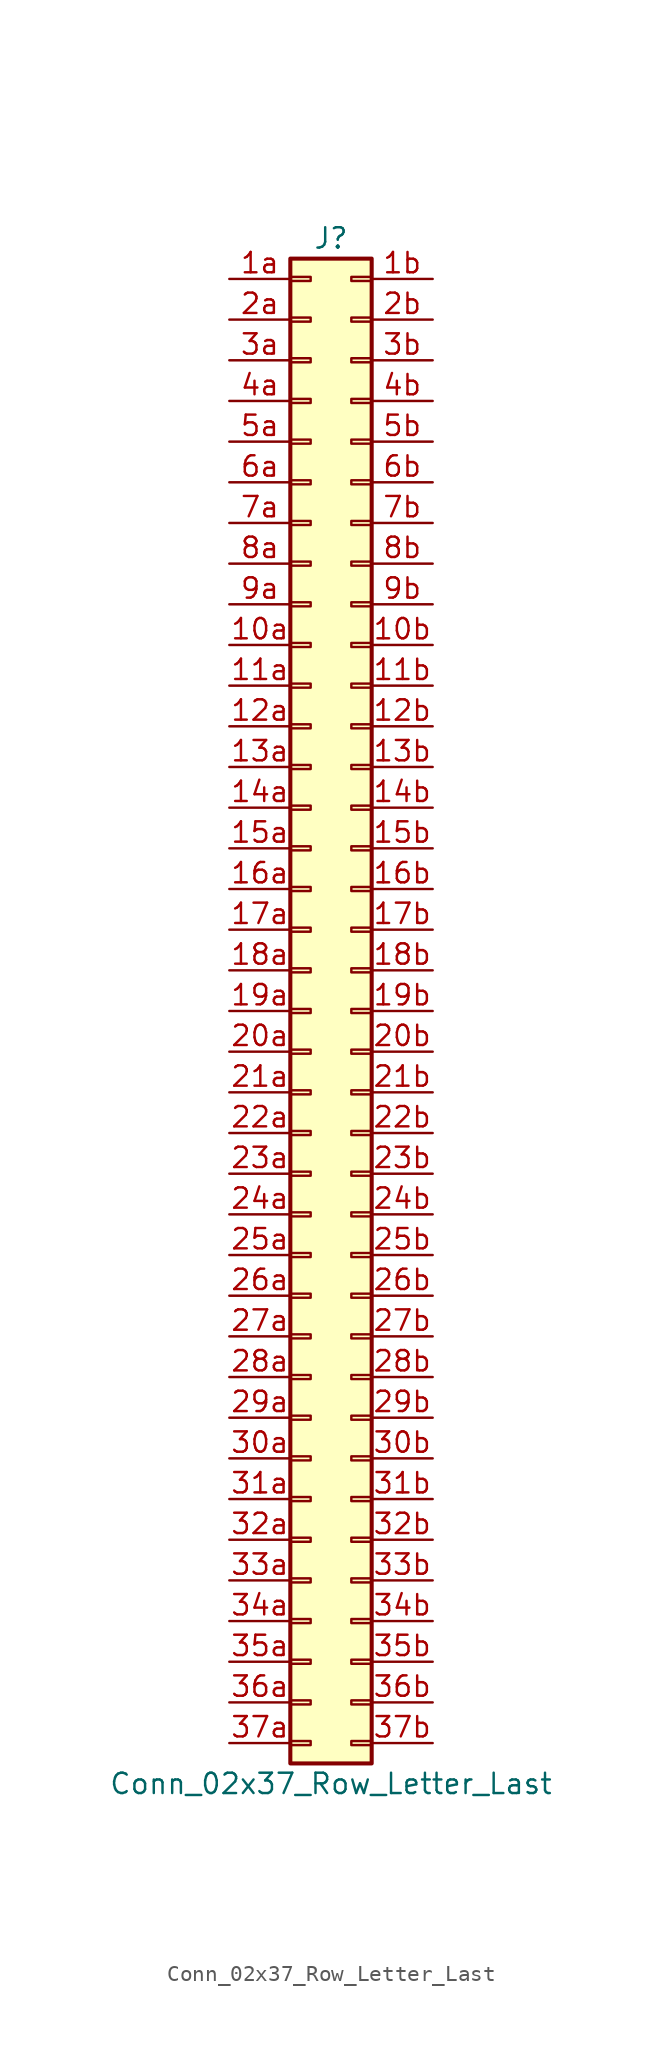
<source format=kicad_sym>
(kicad_symbol_lib
  (version 20211014)
  (generator kicad_symbol_editor)
  (symbol "Conn_02x37_Row_Letter_Last"
    (pin_names
      (offset 1.016) hide)
    (property "Reference" "J"
      (at 1.27 48.26 0)
      (effects (font (size 1.27 1.27))))
    (property "Value" "Conn_02x37_Row_Letter_Last"
      (at 1.27 -48.26 0)
      (effects (font (size 1.27 1.27))))
    (symbol "Conn_02x37_Row_Letter_Last_1_1"
      (rectangle (start -1.27 -45.593) (end 0 -45.847) (stroke (width 0.152) (type default) (color 0 0 0 0)) (fill (type none)))
      (rectangle (start -1.27 -43.053) (end 0 -43.307) (stroke (width 0.152) (type default) (color 0 0 0 0)) (fill (type none)))
      (rectangle (start -1.27 -40.513) (end 0 -40.767) (stroke (width 0.152) (type default) (color 0 0 0 0)) (fill (type none)))
      (rectangle (start -1.27 -37.973) (end 0 -38.227) (stroke (width 0.152) (type default) (color 0 0 0 0)) (fill (type none)))
      (rectangle (start -1.27 -35.433) (end 0 -35.687) (stroke (width 0.152) (type default) (color 0 0 0 0)) (fill (type none)))
      (rectangle (start -1.27 -32.893) (end 0 -33.147) (stroke (width 0.152) (type default) (color 0 0 0 0)) (fill (type none)))
      (rectangle (start -1.27 -30.353) (end 0 -30.607) (stroke (width 0.152) (type default) (color 0 0 0 0)) (fill (type none)))
      (rectangle (start -1.27 -27.813) (end 0 -28.067) (stroke (width 0.152) (type default) (color 0 0 0 0)) (fill (type none)))
      (rectangle (start -1.27 -25.273) (end 0 -25.527) (stroke (width 0.152) (type default) (color 0 0 0 0)) (fill (type none)))
      (rectangle (start -1.27 -22.733) (end 0 -22.987) (stroke (width 0.152) (type default) (color 0 0 0 0)) (fill (type none)))
      (rectangle (start -1.27 -20.193) (end 0 -20.447) (stroke (width 0.152) (type default) (color 0 0 0 0)) (fill (type none)))
      (rectangle (start -1.27 -17.653) (end 0 -17.907) (stroke (width 0.152) (type default) (color 0 0 0 0)) (fill (type none)))
      (rectangle (start -1.27 -15.113) (end 0 -15.367) (stroke (width 0.152) (type default) (color 0 0 0 0)) (fill (type none)))
      (rectangle (start -1.27 -12.573) (end 0 -12.827) (stroke (width 0.152) (type default) (color 0 0 0 0)) (fill (type none)))
      (rectangle (start -1.27 -10.033) (end 0 -10.287) (stroke (width 0.152) (type default) (color 0 0 0 0)) (fill (type none)))
      (rectangle (start -1.27 -7.493) (end 0 -7.747) (stroke (width 0.152) (type default) (color 0 0 0 0)) (fill (type none)))
      (rectangle (start -1.27 -4.953) (end 0 -5.207) (stroke (width 0.152) (type default) (color 0 0 0 0)) (fill (type none)))
      (rectangle (start -1.27 -2.413) (end 0 -2.667) (stroke (width 0.152) (type default) (color 0 0 0 0)) (fill (type none)))
      (rectangle (start -1.27 0.127) (end 0 -0.127) (stroke (width 0.152) (type default) (color 0 0 0 0)) (fill (type none)))
      (rectangle (start -1.27 2.667) (end 0 2.413) (stroke (width 0.152) (type default) (color 0 0 0 0)) (fill (type none)))
      (rectangle (start -1.27 5.207) (end 0 4.953) (stroke (width 0.152) (type default) (color 0 0 0 0)) (fill (type none)))
      (rectangle (start -1.27 7.747) (end 0 7.493) (stroke (width 0.152) (type default) (color 0 0 0 0)) (fill (type none)))
      (rectangle (start -1.27 10.287) (end 0 10.033) (stroke (width 0.152) (type default) (color 0 0 0 0)) (fill (type none)))
      (rectangle (start -1.27 12.827) (end 0 12.573) (stroke (width 0.152) (type default) (color 0 0 0 0)) (fill (type none)))
      (rectangle (start -1.27 15.367) (end 0 15.113) (stroke (width 0.152) (type default) (color 0 0 0 0)) (fill (type none)))
      (rectangle (start -1.27 17.907) (end 0 17.653) (stroke (width 0.152) (type default) (color 0 0 0 0)) (fill (type none)))
      (rectangle (start -1.27 20.447) (end 0 20.193) (stroke (width 0.152) (type default) (color 0 0 0 0)) (fill (type none)))
      (rectangle (start -1.27 22.987) (end 0 22.733) (stroke (width 0.152) (type default) (color 0 0 0 0)) (fill (type none)))
      (rectangle (start -1.27 25.527) (end 0 25.273) (stroke (width 0.152) (type default) (color 0 0 0 0)) (fill (type none)))
      (rectangle (start -1.27 28.067) (end 0 27.813) (stroke (width 0.152) (type default) (color 0 0 0 0)) (fill (type none)))
      (rectangle (start -1.27 30.607) (end 0 30.353) (stroke (width 0.152) (type default) (color 0 0 0 0)) (fill (type none)))
      (rectangle (start -1.27 33.147) (end 0 32.893) (stroke (width 0.152) (type default) (color 0 0 0 0)) (fill (type none)))
      (rectangle (start -1.27 35.687) (end 0 35.433) (stroke (width 0.152) (type default) (color 0 0 0 0)) (fill (type none)))
      (rectangle (start -1.27 38.227) (end 0 37.973) (stroke (width 0.152) (type default) (color 0 0 0 0)) (fill (type none)))
      (rectangle (start -1.27 40.767) (end 0 40.513) (stroke (width 0.152) (type default) (color 0 0 0 0)) (fill (type none)))
      (rectangle (start -1.27 43.307) (end 0 43.053) (stroke (width 0.152) (type default) (color 0 0 0 0)) (fill (type none)))
      (rectangle (start -1.27 45.847) (end 0 45.593) (stroke (width 0.152) (type default) (color 0 0 0 0)) (fill (type none)))
      (rectangle (start -1.27 46.99) (end 3.81 -46.99) (stroke (width 0.254) (type default) (color 0 0 0 0)) (fill (type background)))
      (rectangle (start 3.81 -45.593) (end 2.54 -45.847) (stroke (width 0.152) (type default) (color 0 0 0 0)) (fill (type none)))
      (rectangle (start 3.81 -43.053) (end 2.54 -43.307) (stroke (width 0.152) (type default) (color 0 0 0 0)) (fill (type none)))
      (rectangle (start 3.81 -40.513) (end 2.54 -40.767) (stroke (width 0.152) (type default) (color 0 0 0 0)) (fill (type none)))
      (rectangle (start 3.81 -37.973) (end 2.54 -38.227) (stroke (width 0.152) (type default) (color 0 0 0 0)) (fill (type none)))
      (rectangle (start 3.81 -35.433) (end 2.54 -35.687) (stroke (width 0.152) (type default) (color 0 0 0 0)) (fill (type none)))
      (rectangle (start 3.81 -32.893) (end 2.54 -33.147) (stroke (width 0.152) (type default) (color 0 0 0 0)) (fill (type none)))
      (rectangle (start 3.81 -30.353) (end 2.54 -30.607) (stroke (width 0.152) (type default) (color 0 0 0 0)) (fill (type none)))
      (rectangle (start 3.81 -27.813) (end 2.54 -28.067) (stroke (width 0.152) (type default) (color 0 0 0 0)) (fill (type none)))
      (rectangle (start 3.81 -25.273) (end 2.54 -25.527) (stroke (width 0.152) (type default) (color 0 0 0 0)) (fill (type none)))
      (rectangle (start 3.81 -22.733) (end 2.54 -22.987) (stroke (width 0.152) (type default) (color 0 0 0 0)) (fill (type none)))
      (rectangle (start 3.81 -20.193) (end 2.54 -20.447) (stroke (width 0.152) (type default) (color 0 0 0 0)) (fill (type none)))
      (rectangle (start 3.81 -17.653) (end 2.54 -17.907) (stroke (width 0.152) (type default) (color 0 0 0 0)) (fill (type none)))
      (rectangle (start 3.81 -15.113) (end 2.54 -15.367) (stroke (width 0.152) (type default) (color 0 0 0 0)) (fill (type none)))
      (rectangle (start 3.81 -12.573) (end 2.54 -12.827) (stroke (width 0.152) (type default) (color 0 0 0 0)) (fill (type none)))
      (rectangle (start 3.81 -10.033) (end 2.54 -10.287) (stroke (width 0.152) (type default) (color 0 0 0 0)) (fill (type none)))
      (rectangle (start 3.81 -7.493) (end 2.54 -7.747) (stroke (width 0.152) (type default) (color 0 0 0 0)) (fill (type none)))
      (rectangle (start 3.81 -4.953) (end 2.54 -5.207) (stroke (width 0.152) (type default) (color 0 0 0 0)) (fill (type none)))
      (rectangle (start 3.81 -2.413) (end 2.54 -2.667) (stroke (width 0.152) (type default) (color 0 0 0 0)) (fill (type none)))
      (rectangle (start 3.81 0.127) (end 2.54 -0.127) (stroke (width 0.152) (type default) (color 0 0 0 0)) (fill (type none)))
      (rectangle (start 3.81 2.667) (end 2.54 2.413) (stroke (width 0.152) (type default) (color 0 0 0 0)) (fill (type none)))
      (rectangle (start 3.81 5.207) (end 2.54 4.953) (stroke (width 0.152) (type default) (color 0 0 0 0)) (fill (type none)))
      (rectangle (start 3.81 7.747) (end 2.54 7.493) (stroke (width 0.152) (type default) (color 0 0 0 0)) (fill (type none)))
      (rectangle (start 3.81 10.287) (end 2.54 10.033) (stroke (width 0.152) (type default) (color 0 0 0 0)) (fill (type none)))
      (rectangle (start 3.81 12.827) (end 2.54 12.573) (stroke (width 0.152) (type default) (color 0 0 0 0)) (fill (type none)))
      (rectangle (start 3.81 15.367) (end 2.54 15.113) (stroke (width 0.152) (type default) (color 0 0 0 0)) (fill (type none)))
      (rectangle (start 3.81 17.907) (end 2.54 17.653) (stroke (width 0.152) (type default) (color 0 0 0 0)) (fill (type none)))
      (rectangle (start 3.81 20.447) (end 2.54 20.193) (stroke (width 0.152) (type default) (color 0 0 0 0)) (fill (type none)))
      (rectangle (start 3.81 22.987) (end 2.54 22.733) (stroke (width 0.152) (type default) (color 0 0 0 0)) (fill (type none)))
      (rectangle (start 3.81 25.527) (end 2.54 25.273) (stroke (width 0.152) (type default) (color 0 0 0 0)) (fill (type none)))
      (rectangle (start 3.81 28.067) (end 2.54 27.813) (stroke (width 0.152) (type default) (color 0 0 0 0)) (fill (type none)))
      (rectangle (start 3.81 30.607) (end 2.54 30.353) (stroke (width 0.152) (type default) (color 0 0 0 0)) (fill (type none)))
      (rectangle (start 3.81 33.147) (end 2.54 32.893) (stroke (width 0.152) (type default) (color 0 0 0 0)) (fill (type none)))
      (rectangle (start 3.81 35.687) (end 2.54 35.433) (stroke (width 0.152) (type default) (color 0 0 0 0)) (fill (type none)))
      (rectangle (start 3.81 38.227) (end 2.54 37.973) (stroke (width 0.152) (type default) (color 0 0 0 0)) (fill (type none)))
      (rectangle (start 3.81 40.767) (end 2.54 40.513) (stroke (width 0.152) (type default) (color 0 0 0 0)) (fill (type none)))
      (rectangle (start 3.81 43.307) (end 2.54 43.053) (stroke (width 0.152) (type default) (color 0 0 0 0)) (fill (type none)))
      (rectangle (start 3.81 45.847) (end 2.54 45.593) (stroke (width 0.152) (type default) (color 0 0 0 0)) (fill (type none)))
      (pin passive line (at -5.08 22.86 0) (length 3.81) (name "Pin_10a" (effects (font (size 1.27 1.27)))) (number "10a" (effects (font (size 1.27 1.27)))))
      (pin passive line (at 7.62 22.86 180) (length 3.81) (name "Pin_10b" (effects (font (size 1.27 1.27)))) (number "10b" (effects (font (size 1.27 1.27)))))
      (pin passive line (at -5.08 20.32 0) (length 3.81) (name "Pin_11a" (effects (font (size 1.27 1.27)))) (number "11a" (effects (font (size 1.27 1.27)))))
      (pin passive line (at 7.62 20.32 180) (length 3.81) (name "Pin_11b" (effects (font (size 1.27 1.27)))) (number "11b" (effects (font (size 1.27 1.27)))))
      (pin passive line (at -5.08 17.78 0) (length 3.81) (name "Pin_12a" (effects (font (size 1.27 1.27)))) (number "12a" (effects (font (size 1.27 1.27)))))
      (pin passive line (at 7.62 17.78 180) (length 3.81) (name "Pin_12b" (effects (font (size 1.27 1.27)))) (number "12b" (effects (font (size 1.27 1.27)))))
      (pin passive line (at -5.08 15.24 0) (length 3.81) (name "Pin_13a" (effects (font (size 1.27 1.27)))) (number "13a" (effects (font (size 1.27 1.27)))))
      (pin passive line (at 7.62 15.24 180) (length 3.81) (name "Pin_13b" (effects (font (size 1.27 1.27)))) (number "13b" (effects (font (size 1.27 1.27)))))
      (pin passive line (at -5.08 12.7 0) (length 3.81) (name "Pin_14a" (effects (font (size 1.27 1.27)))) (number "14a" (effects (font (size 1.27 1.27)))))
      (pin passive line (at 7.62 12.7 180) (length 3.81) (name "Pin_14b" (effects (font (size 1.27 1.27)))) (number "14b" (effects (font (size 1.27 1.27)))))
      (pin passive line (at -5.08 10.16 0) (length 3.81) (name "Pin_15a" (effects (font (size 1.27 1.27)))) (number "15a" (effects (font (size 1.27 1.27)))))
      (pin passive line (at 7.62 10.16 180) (length 3.81) (name "Pin_15b" (effects (font (size 1.27 1.27)))) (number "15b" (effects (font (size 1.27 1.27)))))
      (pin passive line (at -5.08 7.62 0) (length 3.81) (name "Pin_16a" (effects (font (size 1.27 1.27)))) (number "16a" (effects (font (size 1.27 1.27)))))
      (pin passive line (at 7.62 7.62 180) (length 3.81) (name "Pin_16b" (effects (font (size 1.27 1.27)))) (number "16b" (effects (font (size 1.27 1.27)))))
      (pin passive line (at -5.08 5.08 0) (length 3.81) (name "Pin_17a" (effects (font (size 1.27 1.27)))) (number "17a" (effects (font (size 1.27 1.27)))))
      (pin passive line (at 7.62 5.08 180) (length 3.81) (name "Pin_17b" (effects (font (size 1.27 1.27)))) (number "17b" (effects (font (size 1.27 1.27)))))
      (pin passive line (at -5.08 2.54 0) (length 3.81) (name "Pin_18a" (effects (font (size 1.27 1.27)))) (number "18a" (effects (font (size 1.27 1.27)))))
      (pin passive line (at 7.62 2.54 180) (length 3.81) (name "Pin_18b" (effects (font (size 1.27 1.27)))) (number "18b" (effects (font (size 1.27 1.27)))))
      (pin passive line (at -5.08 0 0) (length 3.81) (name "Pin_19a" (effects (font (size 1.27 1.27)))) (number "19a" (effects (font (size 1.27 1.27)))))
      (pin passive line (at 7.62 0 180) (length 3.81) (name "Pin_19b" (effects (font (size 1.27 1.27)))) (number "19b" (effects (font (size 1.27 1.27)))))
      (pin passive line (at -5.08 45.72 0) (length 3.81) (name "Pin_1a" (effects (font (size 1.27 1.27)))) (number "1a" (effects (font (size 1.27 1.27)))))
      (pin passive line (at 7.62 45.72 180) (length 3.81) (name "Pin_1b" (effects (font (size 1.27 1.27)))) (number "1b" (effects (font (size 1.27 1.27)))))
      (pin passive line (at -5.08 -2.54 0) (length 3.81) (name "Pin_20a" (effects (font (size 1.27 1.27)))) (number "20a" (effects (font (size 1.27 1.27)))))
      (pin passive line (at 7.62 -2.54 180) (length 3.81) (name "Pin_20b" (effects (font (size 1.27 1.27)))) (number "20b" (effects (font (size 1.27 1.27)))))
      (pin passive line (at -5.08 -5.08 0) (length 3.81) (name "Pin_21a" (effects (font (size 1.27 1.27)))) (number "21a" (effects (font (size 1.27 1.27)))))
      (pin passive line (at 7.62 -5.08 180) (length 3.81) (name "Pin_21b" (effects (font (size 1.27 1.27)))) (number "21b" (effects (font (size 1.27 1.27)))))
      (pin passive line (at -5.08 -7.62 0) (length 3.81) (name "Pin_22a" (effects (font (size 1.27 1.27)))) (number "22a" (effects (font (size 1.27 1.27)))))
      (pin passive line (at 7.62 -7.62 180) (length 3.81) (name "Pin_22b" (effects (font (size 1.27 1.27)))) (number "22b" (effects (font (size 1.27 1.27)))))
      (pin passive line (at -5.08 -10.16 0) (length 3.81) (name "Pin_23a" (effects (font (size 1.27 1.27)))) (number "23a" (effects (font (size 1.27 1.27)))))
      (pin passive line (at 7.62 -10.16 180) (length 3.81) (name "Pin_23b" (effects (font (size 1.27 1.27)))) (number "23b" (effects (font (size 1.27 1.27)))))
      (pin passive line (at -5.08 -12.7 0) (length 3.81) (name "Pin_24a" (effects (font (size 1.27 1.27)))) (number "24a" (effects (font (size 1.27 1.27)))))
      (pin passive line (at 7.62 -12.7 180) (length 3.81) (name "Pin_24b" (effects (font (size 1.27 1.27)))) (number "24b" (effects (font (size 1.27 1.27)))))
      (pin passive line (at -5.08 -15.24 0) (length 3.81) (name "Pin_25a" (effects (font (size 1.27 1.27)))) (number "25a" (effects (font (size 1.27 1.27)))))
      (pin passive line (at 7.62 -15.24 180) (length 3.81) (name "Pin_25b" (effects (font (size 1.27 1.27)))) (number "25b" (effects (font (size 1.27 1.27)))))
      (pin passive line (at -5.08 -17.78 0) (length 3.81) (name "Pin_26a" (effects (font (size 1.27 1.27)))) (number "26a" (effects (font (size 1.27 1.27)))))
      (pin passive line (at 7.62 -17.78 180) (length 3.81) (name "Pin_26b" (effects (font (size 1.27 1.27)))) (number "26b" (effects (font (size 1.27 1.27)))))
      (pin passive line (at -5.08 -20.32 0) (length 3.81) (name "Pin_27a" (effects (font (size 1.27 1.27)))) (number "27a" (effects (font (size 1.27 1.27)))))
      (pin passive line (at 7.62 -20.32 180) (length 3.81) (name "Pin_27b" (effects (font (size 1.27 1.27)))) (number "27b" (effects (font (size 1.27 1.27)))))
      (pin passive line (at -5.08 -22.86 0) (length 3.81) (name "Pin_28a" (effects (font (size 1.27 1.27)))) (number "28a" (effects (font (size 1.27 1.27)))))
      (pin passive line (at 7.62 -22.86 180) (length 3.81) (name "Pin_28b" (effects (font (size 1.27 1.27)))) (number "28b" (effects (font (size 1.27 1.27)))))
      (pin passive line (at -5.08 -25.4 0) (length 3.81) (name "Pin_29a" (effects (font (size 1.27 1.27)))) (number "29a" (effects (font (size 1.27 1.27)))))
      (pin passive line (at 7.62 -25.4 180) (length 3.81) (name "Pin_29b" (effects (font (size 1.27 1.27)))) (number "29b" (effects (font (size 1.27 1.27)))))
      (pin passive line (at -5.08 43.18 0) (length 3.81) (name "Pin_2a" (effects (font (size 1.27 1.27)))) (number "2a" (effects (font (size 1.27 1.27)))))
      (pin passive line (at 7.62 43.18 180) (length 3.81) (name "Pin_2b" (effects (font (size 1.27 1.27)))) (number "2b" (effects (font (size 1.27 1.27)))))
      (pin passive line (at -5.08 -27.94 0) (length 3.81) (name "Pin_30a" (effects (font (size 1.27 1.27)))) (number "30a" (effects (font (size 1.27 1.27)))))
      (pin passive line (at 7.62 -27.94 180) (length 3.81) (name "Pin_30b" (effects (font (size 1.27 1.27)))) (number "30b" (effects (font (size 1.27 1.27)))))
      (pin passive line (at -5.08 -30.48 0) (length 3.81) (name "Pin_31a" (effects (font (size 1.27 1.27)))) (number "31a" (effects (font (size 1.27 1.27)))))
      (pin passive line (at 7.62 -30.48 180) (length 3.81) (name "Pin_31b" (effects (font (size 1.27 1.27)))) (number "31b" (effects (font (size 1.27 1.27)))))
      (pin passive line (at -5.08 -33.02 0) (length 3.81) (name "Pin_32a" (effects (font (size 1.27 1.27)))) (number "32a" (effects (font (size 1.27 1.27)))))
      (pin passive line (at 7.62 -33.02 180) (length 3.81) (name "Pin_32b" (effects (font (size 1.27 1.27)))) (number "32b" (effects (font (size 1.27 1.27)))))
      (pin passive line (at -5.08 -35.56 0) (length 3.81) (name "Pin_33a" (effects (font (size 1.27 1.27)))) (number "33a" (effects (font (size 1.27 1.27)))))
      (pin passive line (at 7.62 -35.56 180) (length 3.81) (name "Pin_33b" (effects (font (size 1.27 1.27)))) (number "33b" (effects (font (size 1.27 1.27)))))
      (pin passive line (at -5.08 -38.1 0) (length 3.81) (name "Pin_34a" (effects (font (size 1.27 1.27)))) (number "34a" (effects (font (size 1.27 1.27)))))
      (pin passive line (at 7.62 -38.1 180) (length 3.81) (name "Pin_34b" (effects (font (size 1.27 1.27)))) (number "34b" (effects (font (size 1.27 1.27)))))
      (pin passive line (at -5.08 -40.64 0) (length 3.81) (name "Pin_35a" (effects (font (size 1.27 1.27)))) (number "35a" (effects (font (size 1.27 1.27)))))
      (pin passive line (at 7.62 -40.64 180) (length 3.81) (name "Pin_35b" (effects (font (size 1.27 1.27)))) (number "35b" (effects (font (size 1.27 1.27)))))
      (pin passive line (at -5.08 -43.18 0) (length 3.81) (name "Pin_36a" (effects (font (size 1.27 1.27)))) (number "36a" (effects (font (size 1.27 1.27)))))
      (pin passive line (at 7.62 -43.18 180) (length 3.81) (name "Pin_36b" (effects (font (size 1.27 1.27)))) (number "36b" (effects (font (size 1.27 1.27)))))
      (pin passive line (at -5.08 -45.72 0) (length 3.81) (name "Pin_37a" (effects (font (size 1.27 1.27)))) (number "37a" (effects (font (size 1.27 1.27)))))
      (pin passive line (at 7.62 -45.72 180) (length 3.81) (name "Pin_37b" (effects (font (size 1.27 1.27)))) (number "37b" (effects (font (size 1.27 1.27)))))
      (pin passive line (at -5.08 40.64 0) (length 3.81) (name "Pin_3a" (effects (font (size 1.27 1.27)))) (number "3a" (effects (font (size 1.27 1.27)))))
      (pin passive line (at 7.62 40.64 180) (length 3.81) (name "Pin_3b" (effects (font (size 1.27 1.27)))) (number "3b" (effects (font (size 1.27 1.27)))))
      (pin passive line (at -5.08 38.1 0) (length 3.81) (name "Pin_4a" (effects (font (size 1.27 1.27)))) (number "4a" (effects (font (size 1.27 1.27)))))
      (pin passive line (at 7.62 38.1 180) (length 3.81) (name "Pin_4b" (effects (font (size 1.27 1.27)))) (number "4b" (effects (font (size 1.27 1.27)))))
      (pin passive line (at -5.08 35.56 0) (length 3.81) (name "Pin_5a" (effects (font (size 1.27 1.27)))) (number "5a" (effects (font (size 1.27 1.27)))))
      (pin passive line (at 7.62 35.56 180) (length 3.81) (name "Pin_5b" (effects (font (size 1.27 1.27)))) (number "5b" (effects (font (size 1.27 1.27)))))
      (pin passive line (at -5.08 33.02 0) (length 3.81) (name "Pin_6a" (effects (font (size 1.27 1.27)))) (number "6a" (effects (font (size 1.27 1.27)))))
      (pin passive line (at 7.62 33.02 180) (length 3.81) (name "Pin_6b" (effects (font (size 1.27 1.27)))) (number "6b" (effects (font (size 1.27 1.27)))))
      (pin passive line (at -5.08 30.48 0) (length 3.81) (name "Pin_7a" (effects (font (size 1.27 1.27)))) (number "7a" (effects (font (size 1.27 1.27)))))
      (pin passive line (at 7.62 30.48 180) (length 3.81) (name "Pin_7b" (effects (font (size 1.27 1.27)))) (number "7b" (effects (font (size 1.27 1.27)))))
      (pin passive line (at -5.08 27.94 0) (length 3.81) (name "Pin_8a" (effects (font (size 1.27 1.27)))) (number "8a" (effects (font (size 1.27 1.27)))))
      (pin passive line (at 7.62 27.94 180) (length 3.81) (name "Pin_8b" (effects (font (size 1.27 1.27)))) (number "8b" (effects (font (size 1.27 1.27)))))
      (pin passive line (at -5.08 25.4 0) (length 3.81) (name "Pin_9a" (effects (font (size 1.27 1.27)))) (number "9a" (effects (font (size 1.27 1.27)))))
      (pin passive line (at 7.62 25.4 180) (length 3.81) (name "Pin_9b" (effects (font (size 1.27 1.27)))) (number "9b" (effects (font (size 1.27 1.27))))))))
</source>
